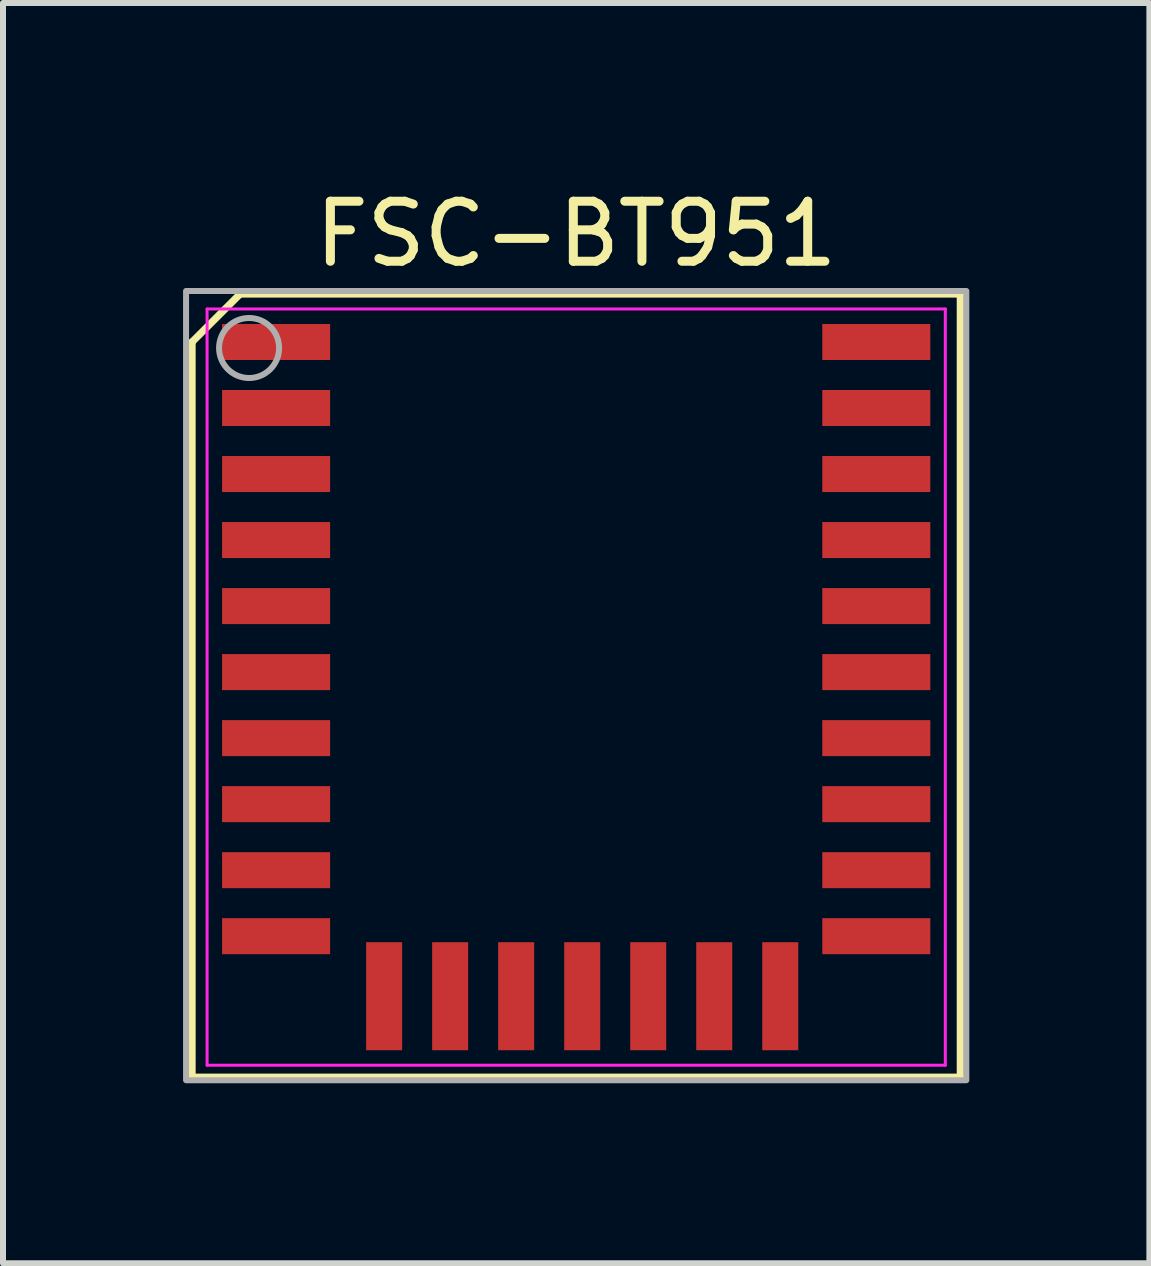
<source format=kicad_pcb>
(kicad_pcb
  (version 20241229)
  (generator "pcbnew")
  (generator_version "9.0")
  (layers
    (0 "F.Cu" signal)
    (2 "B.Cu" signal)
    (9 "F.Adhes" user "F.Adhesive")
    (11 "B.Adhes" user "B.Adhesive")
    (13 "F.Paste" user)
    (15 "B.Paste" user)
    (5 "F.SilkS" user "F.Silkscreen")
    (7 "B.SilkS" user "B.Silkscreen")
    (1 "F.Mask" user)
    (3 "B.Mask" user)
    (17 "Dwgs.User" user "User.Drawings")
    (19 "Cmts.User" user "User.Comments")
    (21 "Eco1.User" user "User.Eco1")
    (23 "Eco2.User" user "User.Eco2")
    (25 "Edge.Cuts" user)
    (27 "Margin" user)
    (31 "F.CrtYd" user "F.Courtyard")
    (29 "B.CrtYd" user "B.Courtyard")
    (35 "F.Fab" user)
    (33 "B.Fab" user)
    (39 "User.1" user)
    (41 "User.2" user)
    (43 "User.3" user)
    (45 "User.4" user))
  (footprint "FSC-BT951"
    (layer "F.Cu")
    (at 6.55 9.798)
    (property "Reference" "FSC-BT951" (at 0 -8.95 0) (layer "F.SilkS") (effects (font (size 1 1) (thickness 0.15))))
    (attr smd)
    (fp_line (start -6.4 -7.15) (end -5.6 -7.95) (stroke (width 0.12) (type default)) (layer "F.SilkS"))
    (fp_line (start -6.4 5.1) (end -6.4 -7.15) (stroke (width 0.12) (type default)) (layer "F.SilkS"))
    (fp_line (start -5.6 -7.95) (end 6.4 -7.95) (stroke (width 0.12) (type default)) (layer "F.SilkS"))
    (fp_line (start 6.4 -7.95) (end 6.4 5.1) (stroke (width 0.12) (type default)) (layer "F.SilkS"))
    (fp_line (start 6.4 5.1) (end -6.4 5.1) (stroke (width 0.12) (type default)) (layer "F.SilkS"))
    (fp_line (start -6.15 -7.7) (end 6.15 -7.7) (stroke (width 0.05) (type default)) (layer "F.CrtYd"))
    (fp_line (start -6.15 4.9) (end -6.15 -7.7) (stroke (width 0.05) (type default)) (layer "F.CrtYd"))
    (fp_line (start 6.15 -7.7) (end 6.15 4.9) (stroke (width 0.05) (type default)) (layer "F.CrtYd"))
    (fp_line (start 6.15 4.9) (end -6.15 4.9) (stroke (width 0.05) (type default)) (layer "F.CrtYd"))
    (fp_rect (start -6.5 -8) (end 6.5 5.15) (stroke (width 0.1) (type default)) (fill no) (layer "F.Fab"))
    (fp_circle (center -5.45 -7.05) (end -4.95 -7.05) (stroke (width 0.1) (type solid)) (fill no) (layer "F.Fab"))
    (pad "1" smd rect (at -5 -7.15 270) (size 0.6 1.8) (layers "F.Cu" "F.Mask" "F.Paste"))
    (pad "2" smd rect (at -5 -6.05 270) (size 0.6 1.8) (layers "F.Cu" "F.Mask" "F.Paste"))
    (pad "3" smd rect (at -5 -4.95 270) (size 0.6 1.8) (layers "F.Cu" "F.Mask" "F.Paste"))
    (pad "4" smd rect (at -5 -3.85 270) (size 0.6 1.8) (layers "F.Cu" "F.Mask" "F.Paste"))
    (pad "5" smd rect (at -5 -2.75 270) (size 0.6 1.8) (layers "F.Cu" "F.Mask" "F.Paste"))
    (pad "6" smd rect (at -5 -1.65 270) (size 0.6 1.8) (layers "F.Cu" "F.Mask" "F.Paste"))
    (pad "7" smd rect (at -5 -0.55 270) (size 0.6 1.8) (layers "F.Cu" "F.Mask" "F.Paste"))
    (pad "8" smd rect (at -5 0.55 270) (size 0.6 1.8) (layers "F.Cu" "F.Mask" "F.Paste"))
    (pad "9" smd rect (at -5 1.65 270) (size 0.6 1.8) (layers "F.Cu" "F.Mask" "F.Paste"))
    (pad "10" smd rect (at -5 2.75 270) (size 0.6 1.8) (layers "F.Cu" "F.Mask" "F.Paste"))
    (pad "11" smd rect (at -3.2 3.75) (size 0.6 1.8) (layers "F.Cu" "F.Mask" "F.Paste"))
    (pad "12" smd rect (at -2.1 3.75) (size 0.6 1.8) (layers "F.Cu" "F.Mask" "F.Paste"))
    (pad "13" smd rect (at -1 3.75) (size 0.6 1.8) (layers "F.Cu" "F.Mask" "F.Paste"))
    (pad "14" smd rect (at 0.1 3.75) (size 0.6 1.8) (layers "F.Cu" "F.Mask" "F.Paste"))
    (pad "15" smd rect (at 1.2 3.75 180) (size 0.6 1.8) (layers "F.Cu" "F.Mask" "F.Paste"))
    (pad "16" smd rect (at 2.3 3.75 180) (size 0.6 1.8) (layers "F.Cu" "F.Mask" "F.Paste"))
    (pad "17" smd rect (at 3.4 3.75 180) (size 0.6 1.8) (layers "F.Cu" "F.Mask" "F.Paste"))
    (pad "18" smd rect (at 5 2.75 270) (size 0.6 1.8) (layers "F.Cu" "F.Mask" "F.Paste"))
    (pad "19" smd rect (at 5 1.65 270) (size 0.6 1.8) (layers "F.Cu" "F.Mask" "F.Paste"))
    (pad "20" smd rect (at 5 0.55 270) (size 0.6 1.8) (layers "F.Cu" "F.Mask" "F.Paste"))
    (pad "21" smd rect (at 5 -0.55 270) (size 0.6 1.8) (layers "F.Cu" "F.Mask" "F.Paste"))
    (pad "22" smd rect (at 5 -1.65 270) (size 0.6 1.8) (layers "F.Cu" "F.Mask" "F.Paste"))
    (pad "23" smd rect (at 5 -2.75 270) (size 0.6 1.8) (layers "F.Cu" "F.Mask" "F.Paste"))
    (pad "24" smd rect (at 5 -3.85 270) (size 0.6 1.8) (layers "F.Cu" "F.Mask" "F.Paste"))
    (pad "25" smd rect (at 5 -4.95 270) (size 0.6 1.8) (layers "F.Cu" "F.Mask" "F.Paste"))
    (pad "26" smd rect (at 5 -6.05 270) (size 0.6 1.8) (layers "F.Cu" "F.Mask" "F.Paste"))
    (pad "27" smd rect (at 5 -7.15 270) (size 0.6 1.8) (layers "F.Cu" "F.Mask" "F.Paste")))
  (gr_rect
    (start -3 -3)
    (end 16.1 17.998)
    (stroke (width 0.1) (type default))
    (fill no)
    (layer "Edge.Cuts")))
</source>
